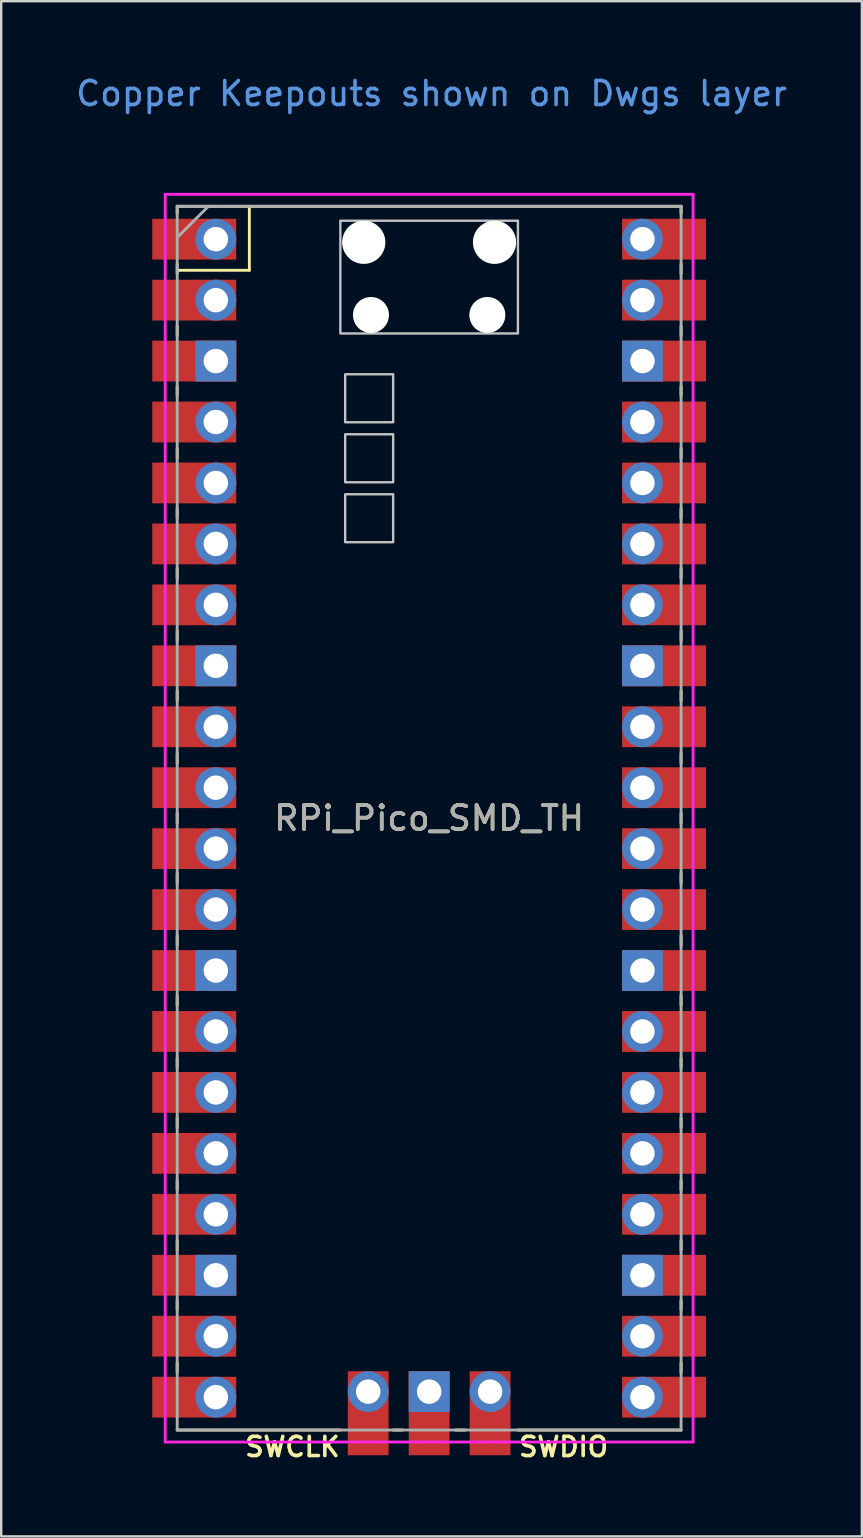
<source format=kicad_pcb>
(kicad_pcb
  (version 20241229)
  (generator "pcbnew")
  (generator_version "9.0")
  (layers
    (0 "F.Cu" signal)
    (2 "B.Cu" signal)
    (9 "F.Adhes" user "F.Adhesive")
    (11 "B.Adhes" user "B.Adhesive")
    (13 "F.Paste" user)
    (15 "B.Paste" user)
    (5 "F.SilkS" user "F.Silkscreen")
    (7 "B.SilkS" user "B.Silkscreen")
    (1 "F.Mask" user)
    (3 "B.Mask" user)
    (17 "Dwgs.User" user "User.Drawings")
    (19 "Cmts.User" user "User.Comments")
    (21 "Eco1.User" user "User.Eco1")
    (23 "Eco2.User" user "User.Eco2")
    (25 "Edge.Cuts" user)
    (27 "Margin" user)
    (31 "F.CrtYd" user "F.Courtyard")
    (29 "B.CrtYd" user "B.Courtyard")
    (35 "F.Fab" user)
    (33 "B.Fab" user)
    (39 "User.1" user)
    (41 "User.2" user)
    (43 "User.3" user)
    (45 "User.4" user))
  (footprint "RPi_Pico_SMD_TH"
    (layer "F.Cu")
    (at 14.835 31.048)
    (property "Reference" "RPi_Pico_SMD_TH" (at 0 0 0) (layer "F.SilkS") (effects (font (size 1 1) (thickness 0.15))))
    (attr through_hole)
    (fp_line (start -10.5 -25.5) (end -10.5 -25.2) (stroke (width 0.12) (type solid)) (layer "F.SilkS"))
    (fp_line (start -10.5 -25.5) (end 10.5 -25.5) (stroke (width 0.12) (type solid)) (layer "F.SilkS"))
    (fp_line (start -10.5 -23.1) (end -10.5 -22.7) (stroke (width 0.12) (type solid)) (layer "F.SilkS"))
    (fp_line (start -10.5 -22.833) (end -7.493 -22.833) (stroke (width 0.12) (type solid)) (layer "F.SilkS"))
    (fp_line (start -10.5 -20.5) (end -10.5 -20.1) (stroke (width 0.12) (type solid)) (layer "F.SilkS"))
    (fp_line (start -10.5 -18) (end -10.5 -17.6) (stroke (width 0.12) (type solid)) (layer "F.SilkS"))
    (fp_line (start -10.5 -15.4) (end -10.5 -15) (stroke (width 0.12) (type solid)) (layer "F.SilkS"))
    (fp_line (start -10.5 -12.9) (end -10.5 -12.5) (stroke (width 0.12) (type solid)) (layer "F.SilkS"))
    (fp_line (start -10.5 -10.4) (end -10.5 -10) (stroke (width 0.12) (type solid)) (layer "F.SilkS"))
    (fp_line (start -10.5 -7.8) (end -10.5 -7.4) (stroke (width 0.12) (type solid)) (layer "F.SilkS"))
    (fp_line (start -10.5 -5.3) (end -10.5 -4.9) (stroke (width 0.12) (type solid)) (layer "F.SilkS"))
    (fp_line (start -10.5 -2.7) (end -10.5 -2.3) (stroke (width 0.12) (type solid)) (layer "F.SilkS"))
    (fp_line (start -10.5 -0.2) (end -10.5 0.2) (stroke (width 0.12) (type solid)) (layer "F.SilkS"))
    (fp_line (start -10.5 2.3) (end -10.5 2.7) (stroke (width 0.12) (type solid)) (layer "F.SilkS"))
    (fp_line (start -10.5 4.9) (end -10.5 5.3) (stroke (width 0.12) (type solid)) (layer "F.SilkS"))
    (fp_line (start -10.5 7.4) (end -10.5 7.8) (stroke (width 0.12) (type solid)) (layer "F.SilkS"))
    (fp_line (start -10.5 10) (end -10.5 10.4) (stroke (width 0.12) (type solid)) (layer "F.SilkS"))
    (fp_line (start -10.5 12.5) (end -10.5 12.9) (stroke (width 0.12) (type solid)) (layer "F.SilkS"))
    (fp_line (start -10.5 15.1) (end -10.5 15.5) (stroke (width 0.12) (type solid)) (layer "F.SilkS"))
    (fp_line (start -10.5 17.6) (end -10.5 18) (stroke (width 0.12) (type solid)) (layer "F.SilkS"))
    (fp_line (start -10.5 20.1) (end -10.5 20.5) (stroke (width 0.12) (type solid)) (layer "F.SilkS"))
    (fp_line (start -10.5 22.7) (end -10.5 23.1) (stroke (width 0.12) (type solid)) (layer "F.SilkS"))
    (fp_line (start -7.493 -22.833) (end -7.493 -25.5) (stroke (width 0.12) (type solid)) (layer "F.SilkS"))
    (fp_line (start -3.7 25.5) (end -10.5 25.5) (stroke (width 0.12) (type solid)) (layer "F.SilkS"))
    (fp_line (start -1.5 25.5) (end -1.1 25.5) (stroke (width 0.12) (type solid)) (layer "F.SilkS"))
    (fp_line (start 1.1 25.5) (end 1.5 25.5) (stroke (width 0.12) (type solid)) (layer "F.SilkS"))
    (fp_line (start 10.5 -25.5) (end 10.5 -25.2) (stroke (width 0.12) (type solid)) (layer "F.SilkS"))
    (fp_line (start 10.5 -23.1) (end 10.5 -22.7) (stroke (width 0.12) (type solid)) (layer "F.SilkS"))
    (fp_line (start 10.5 -20.5) (end 10.5 -20.1) (stroke (width 0.12) (type solid)) (layer "F.SilkS"))
    (fp_line (start 10.5 -18) (end 10.5 -17.6) (stroke (width 0.12) (type solid)) (layer "F.SilkS"))
    (fp_line (start 10.5 -15.4) (end 10.5 -15) (stroke (width 0.12) (type solid)) (layer "F.SilkS"))
    (fp_line (start 10.5 -12.9) (end 10.5 -12.5) (stroke (width 0.12) (type solid)) (layer "F.SilkS"))
    (fp_line (start 10.5 -10.4) (end 10.5 -10) (stroke (width 0.12) (type solid)) (layer "F.SilkS"))
    (fp_line (start 10.5 -7.8) (end 10.5 -7.4) (stroke (width 0.12) (type solid)) (layer "F.SilkS"))
    (fp_line (start 10.5 -5.3) (end 10.5 -4.9) (stroke (width 0.12) (type solid)) (layer "F.SilkS"))
    (fp_line (start 10.5 -2.7) (end 10.5 -2.3) (stroke (width 0.12) (type solid)) (layer "F.SilkS"))
    (fp_line (start 10.5 -0.2) (end 10.5 0.2) (stroke (width 0.12) (type solid)) (layer "F.SilkS"))
    (fp_line (start 10.5 2.3) (end 10.5 2.7) (stroke (width 0.12) (type solid)) (layer "F.SilkS"))
    (fp_line (start 10.5 4.9) (end 10.5 5.3) (stroke (width 0.12) (type solid)) (layer "F.SilkS"))
    (fp_line (start 10.5 7.4) (end 10.5 7.8) (stroke (width 0.12) (type solid)) (layer "F.SilkS"))
    (fp_line (start 10.5 10) (end 10.5 10.4) (stroke (width 0.12) (type solid)) (layer "F.SilkS"))
    (fp_line (start 10.5 12.5) (end 10.5 12.9) (stroke (width 0.12) (type solid)) (layer "F.SilkS"))
    (fp_line (start 10.5 15.1) (end 10.5 15.5) (stroke (width 0.12) (type solid)) (layer "F.SilkS"))
    (fp_line (start 10.5 17.6) (end 10.5 18) (stroke (width 0.12) (type solid)) (layer "F.SilkS"))
    (fp_line (start 10.5 20.1) (end 10.5 20.5) (stroke (width 0.12) (type solid)) (layer "F.SilkS"))
    (fp_line (start 10.5 22.7) (end 10.5 23.1) (stroke (width 0.12) (type solid)) (layer "F.SilkS"))
    (fp_line (start 10.5 25.5) (end 3.7 25.5) (stroke (width 0.12) (type solid)) (layer "F.SilkS"))
    (fp_poly (pts (xy -1.5 -16.5) (xy -3.5 -16.5) (xy -3.5 -18.5) (xy -1.5 -18.5)) (stroke (width 0.1) (type solid)) (fill no) (layer "Dwgs.User"))
    (fp_poly (pts (xy -1.5 -14) (xy -3.5 -14) (xy -3.5 -16) (xy -1.5 -16)) (stroke (width 0.1) (type solid)) (fill no) (layer "Dwgs.User"))
    (fp_poly (pts (xy -1.5 -11.5) (xy -3.5 -11.5) (xy -3.5 -13.5) (xy -1.5 -13.5)) (stroke (width 0.1) (type solid)) (fill no) (layer "Dwgs.User"))
    (fp_poly (pts (xy 3.7 -20.2) (xy -3.7 -20.2) (xy -3.7 -24.9) (xy 3.7 -24.9)) (stroke (width 0.1) (type solid)) (fill no) (layer "Dwgs.User"))
    (fp_line (start -11 -26) (end 11 -26) (stroke (width 0.12) (type solid)) (layer "F.CrtYd"))
    (fp_line (start -11 26) (end -11 -26) (stroke (width 0.12) (type solid)) (layer "F.CrtYd"))
    (fp_line (start 11 -26) (end 11 26) (stroke (width 0.12) (type solid)) (layer "F.CrtYd"))
    (fp_line (start 11 26) (end -11 26) (stroke (width 0.12) (type solid)) (layer "F.CrtYd"))
    (fp_line (start -10.5 -25.5) (end 10.5 -25.5) (stroke (width 0.12) (type solid)) (layer "F.Fab"))
    (fp_line (start -10.5 -24.2) (end -9.2 -25.5) (stroke (width 0.12) (type solid)) (layer "F.Fab"))
    (fp_line (start -10.5 25.5) (end -10.5 -25.5) (stroke (width 0.12) (type solid)) (layer "F.Fab"))
    (fp_line (start 10.5 -25.5) (end 10.5 25.5) (stroke (width 0.12) (type solid)) (layer "F.Fab"))
    (fp_line (start 10.5 25.5) (end -10.5 25.5) (stroke (width 0.12) (type solid)) (layer "F.Fab"))
    (fp_text user "SWDIO" (at 5.6 26.2 0) (layer "F.SilkS") (effects (font (size 0.8 0.8) (thickness 0.15))))
    (fp_text user "SWCLK" (at -5.7 26.2 0) (layer "F.SilkS") (effects (font (size 0.8 0.8) (thickness 0.15))))
    (fp_text user "Copper Keepouts shown on Dwgs layer" (at 0.1 -30.2 0) (layer "Cmts.User") (effects (font (size 1 1) (thickness 0.15))))
    (fp_text user "${REFERENCE}" (at 0 0 180) (layer "F.Fab") (effects (font (size 1 1) (thickness 0.15))))
    (pad "" np_thru_hole oval (at -2.725 -24) (size 1.8 1.8) (drill 1.8) (layers "*.Cu" "*.Mask"))
    (pad "" np_thru_hole oval (at -2.425 -20.97) (size 1.5 1.5) (drill 1.5) (layers "*.Cu" "*.Mask"))
    (pad "" np_thru_hole oval (at 2.425 -20.97) (size 1.5 1.5) (drill 1.5) (layers "*.Cu" "*.Mask"))
    (pad "" np_thru_hole oval (at 2.725 -24) (size 1.8 1.8) (drill 1.8) (layers "*.Cu" "*.Mask"))
    (pad "1" thru_hole oval (at -8.89 -24.13) (size 1.7 1.7) (drill 1.02) (layers "*.Cu" "*.Mask"))
    (pad "1" smd rect (at -8.89 -24.13) (size 3.5 1.7) (drill (offset -0.9 0)) (layers "F.Cu" "F.Mask"))
    (pad "2" thru_hole oval (at -8.89 -21.59) (size 1.7 1.7) (drill 1.02) (layers "*.Cu" "*.Mask"))
    (pad "2" smd rect (at -8.89 -21.59) (size 3.5 1.7) (drill (offset -0.9 0)) (layers "F.Cu" "F.Mask"))
    (pad "3" thru_hole rect (at -8.89 -19.05) (size 1.7 1.7) (drill 1.02) (layers "*.Cu" "*.Mask"))
    (pad "3" smd rect (at -8.89 -19.05) (size 3.5 1.7) (drill (offset -0.9 0)) (layers "F.Cu" "F.Mask"))
    (pad "4" thru_hole oval (at -8.89 -16.51) (size 1.7 1.7) (drill 1.02) (layers "*.Cu" "*.Mask"))
    (pad "4" smd rect (at -8.89 -16.51) (size 3.5 1.7) (drill (offset -0.9 0)) (layers "F.Cu" "F.Mask"))
    (pad "5" thru_hole oval (at -8.89 -13.97) (size 1.7 1.7) (drill 1.02) (layers "*.Cu" "*.Mask"))
    (pad "5" smd rect (at -8.89 -13.97) (size 3.5 1.7) (drill (offset -0.9 0)) (layers "F.Cu" "F.Mask"))
    (pad "6" thru_hole oval (at -8.89 -11.43) (size 1.7 1.7) (drill 1.02) (layers "*.Cu" "*.Mask"))
    (pad "6" smd rect (at -8.89 -11.43) (size 3.5 1.7) (drill (offset -0.9 0)) (layers "F.Cu" "F.Mask"))
    (pad "7" thru_hole oval (at -8.89 -8.89) (size 1.7 1.7) (drill 1.02) (layers "*.Cu" "*.Mask"))
    (pad "7" smd rect (at -8.89 -8.89) (size 3.5 1.7) (drill (offset -0.9 0)) (layers "F.Cu" "F.Mask"))
    (pad "8" thru_hole rect (at -8.89 -6.35) (size 1.7 1.7) (drill 1.02) (layers "*.Cu" "*.Mask"))
    (pad "8" smd rect (at -8.89 -6.35) (size 3.5 1.7) (drill (offset -0.9 0)) (layers "F.Cu" "F.Mask"))
    (pad "9" thru_hole oval (at -8.89 -3.81) (size 1.7 1.7) (drill 1.02) (layers "*.Cu" "*.Mask"))
    (pad "9" smd rect (at -8.89 -3.81) (size 3.5 1.7) (drill (offset -0.9 0)) (layers "F.Cu" "F.Mask"))
    (pad "10" thru_hole oval (at -8.89 -1.27) (size 1.7 1.7) (drill 1.02) (layers "*.Cu" "*.Mask"))
    (pad "10" smd rect (at -8.89 -1.27) (size 3.5 1.7) (drill (offset -0.9 0)) (layers "F.Cu" "F.Mask"))
    (pad "11" thru_hole oval (at -8.89 1.27) (size 1.7 1.7) (drill 1.02) (layers "*.Cu" "*.Mask"))
    (pad "11" smd rect (at -8.89 1.27) (size 3.5 1.7) (drill (offset -0.9 0)) (layers "F.Cu" "F.Mask"))
    (pad "12" thru_hole oval (at -8.89 3.81) (size 1.7 1.7) (drill 1.02) (layers "*.Cu" "*.Mask"))
    (pad "12" smd rect (at -8.89 3.81) (size 3.5 1.7) (drill (offset -0.9 0)) (layers "F.Cu" "F.Mask"))
    (pad "13" thru_hole rect (at -8.89 6.35) (size 1.7 1.7) (drill 1.02) (layers "*.Cu" "*.Mask"))
    (pad "13" smd rect (at -8.89 6.35) (size 3.5 1.7) (drill (offset -0.9 0)) (layers "F.Cu" "F.Mask"))
    (pad "14" thru_hole oval (at -8.89 8.89) (size 1.7 1.7) (drill 1.02) (layers "*.Cu" "*.Mask"))
    (pad "14" smd rect (at -8.89 8.89) (size 3.5 1.7) (drill (offset -0.9 0)) (layers "F.Cu" "F.Mask"))
    (pad "15" thru_hole oval (at -8.89 11.43) (size 1.7 1.7) (drill 1.02) (layers "*.Cu" "*.Mask"))
    (pad "15" smd rect (at -8.89 11.43) (size 3.5 1.7) (drill (offset -0.9 0)) (layers "F.Cu" "F.Mask"))
    (pad "16" thru_hole oval (at -8.89 13.97) (size 1.7 1.7) (drill 1.02) (layers "*.Cu" "*.Mask"))
    (pad "16" smd rect (at -8.89 13.97) (size 3.5 1.7) (drill (offset -0.9 0)) (layers "F.Cu" "F.Mask"))
    (pad "17" thru_hole oval (at -8.89 16.51) (size 1.7 1.7) (drill 1.02) (layers "*.Cu" "*.Mask"))
    (pad "17" smd rect (at -8.89 16.51) (size 3.5 1.7) (drill (offset -0.9 0)) (layers "F.Cu" "F.Mask"))
    (pad "18" thru_hole rect (at -8.89 19.05) (size 1.7 1.7) (drill 1.02) (layers "*.Cu" "*.Mask"))
    (pad "18" smd rect (at -8.89 19.05) (size 3.5 1.7) (drill (offset -0.9 0)) (layers "F.Cu" "F.Mask"))
    (pad "19" thru_hole oval (at -8.89 21.59) (size 1.7 1.7) (drill 1.02) (layers "*.Cu" "*.Mask"))
    (pad "19" smd rect (at -8.89 21.59) (size 3.5 1.7) (drill (offset -0.9 0)) (layers "F.Cu" "F.Mask"))
    (pad "20" thru_hole oval (at -8.89 24.13) (size 1.7 1.7) (drill 1.02) (layers "*.Cu" "*.Mask"))
    (pad "20" smd rect (at -8.89 24.13) (size 3.5 1.7) (drill (offset -0.9 0)) (layers "F.Cu" "F.Mask"))
    (pad "21" thru_hole oval (at 8.89 24.13) (size 1.7 1.7) (drill 1.02) (layers "*.Cu" "*.Mask"))
    (pad "21" smd rect (at 8.89 24.13) (size 3.5 1.7) (drill (offset 0.9 0)) (layers "F.Cu" "F.Mask"))
    (pad "22" thru_hole oval (at 8.89 21.59) (size 1.7 1.7) (drill 1.02) (layers "*.Cu" "*.Mask"))
    (pad "22" smd rect (at 8.89 21.59) (size 3.5 1.7) (drill (offset 0.9 0)) (layers "F.Cu" "F.Mask"))
    (pad "23" thru_hole rect (at 8.89 19.05) (size 1.7 1.7) (drill 1.02) (layers "*.Cu" "*.Mask"))
    (pad "23" smd rect (at 8.89 19.05) (size 3.5 1.7) (drill (offset 0.9 0)) (layers "F.Cu" "F.Mask"))
    (pad "24" thru_hole oval (at 8.89 16.51) (size 1.7 1.7) (drill 1.02) (layers "*.Cu" "*.Mask"))
    (pad "24" smd rect (at 8.89 16.51) (size 3.5 1.7) (drill (offset 0.9 0)) (layers "F.Cu" "F.Mask"))
    (pad "25" thru_hole oval (at 8.89 13.97) (size 1.7 1.7) (drill 1.02) (layers "*.Cu" "*.Mask"))
    (pad "25" smd rect (at 8.89 13.97) (size 3.5 1.7) (drill (offset 0.9 0)) (layers "F.Cu" "F.Mask"))
    (pad "26" thru_hole oval (at 8.89 11.43) (size 1.7 1.7) (drill 1.02) (layers "*.Cu" "*.Mask"))
    (pad "26" smd rect (at 8.89 11.43) (size 3.5 1.7) (drill (offset 0.9 0)) (layers "F.Cu" "F.Mask"))
    (pad "27" thru_hole oval (at 8.89 8.89) (size 1.7 1.7) (drill 1.02) (layers "*.Cu" "*.Mask"))
    (pad "27" smd rect (at 8.89 8.89) (size 3.5 1.7) (drill (offset 0.9 0)) (layers "F.Cu" "F.Mask"))
    (pad "28" thru_hole rect (at 8.89 6.35) (size 1.7 1.7) (drill 1.02) (layers "*.Cu" "*.Mask"))
    (pad "28" smd rect (at 8.89 6.35) (size 3.5 1.7) (drill (offset 0.9 0)) (layers "F.Cu" "F.Mask"))
    (pad "29" thru_hole oval (at 8.89 3.81) (size 1.7 1.7) (drill 1.02) (layers "*.Cu" "*.Mask"))
    (pad "29" smd rect (at 8.89 3.81) (size 3.5 1.7) (drill (offset 0.9 0)) (layers "F.Cu" "F.Mask"))
    (pad "30" thru_hole oval (at 8.89 1.27) (size 1.7 1.7) (drill 1.02) (layers "*.Cu" "*.Mask"))
    (pad "30" smd rect (at 8.89 1.27) (size 3.5 1.7) (drill (offset 0.9 0)) (layers "F.Cu" "F.Mask"))
    (pad "31" thru_hole oval (at 8.89 -1.27) (size 1.7 1.7) (drill 1.02) (layers "*.Cu" "*.Mask"))
    (pad "31" smd rect (at 8.89 -1.27) (size 3.5 1.7) (drill (offset 0.9 0)) (layers "F.Cu" "F.Mask"))
    (pad "32" thru_hole oval (at 8.89 -3.81) (size 1.7 1.7) (drill 1.02) (layers "*.Cu" "*.Mask"))
    (pad "32" smd rect (at 8.89 -3.81) (size 3.5 1.7) (drill (offset 0.9 0)) (layers "F.Cu" "F.Mask"))
    (pad "33" thru_hole rect (at 8.89 -6.35) (size 1.7 1.7) (drill 1.02) (layers "*.Cu" "*.Mask"))
    (pad "33" smd rect (at 8.89 -6.35) (size 3.5 1.7) (drill (offset 0.9 0)) (layers "F.Cu" "F.Mask"))
    (pad "34" thru_hole oval (at 8.89 -8.89) (size 1.7 1.7) (drill 1.02) (layers "*.Cu" "*.Mask"))
    (pad "34" smd rect (at 8.89 -8.89) (size 3.5 1.7) (drill (offset 0.9 0)) (layers "F.Cu" "F.Mask"))
    (pad "35" thru_hole oval (at 8.89 -11.43) (size 1.7 1.7) (drill 1.02) (layers "*.Cu" "*.Mask"))
    (pad "35" smd rect (at 8.89 -11.43) (size 3.5 1.7) (drill (offset 0.9 0)) (layers "F.Cu" "F.Mask"))
    (pad "36" thru_hole oval (at 8.89 -13.97) (size 1.7 1.7) (drill 1.02) (layers "*.Cu" "*.Mask"))
    (pad "36" smd rect (at 8.89 -13.97) (size 3.5 1.7) (drill (offset 0.9 0)) (layers "F.Cu" "F.Mask"))
    (pad "37" thru_hole oval (at 8.89 -16.51) (size 1.7 1.7) (drill 1.02) (layers "*.Cu" "*.Mask"))
    (pad "37" smd rect (at 8.89 -16.51) (size 3.5 1.7) (drill (offset 0.9 0)) (layers "F.Cu" "F.Mask"))
    (pad "38" thru_hole rect (at 8.89 -19.05) (size 1.7 1.7) (drill 1.02) (layers "*.Cu" "*.Mask"))
    (pad "38" smd rect (at 8.89 -19.05) (size 3.5 1.7) (drill (offset 0.9 0)) (layers "F.Cu" "F.Mask"))
    (pad "39" thru_hole oval (at 8.89 -21.59) (size 1.7 1.7) (drill 1.02) (layers "*.Cu" "*.Mask"))
    (pad "39" smd rect (at 8.89 -21.59) (size 3.5 1.7) (drill (offset 0.9 0)) (layers "F.Cu" "F.Mask"))
    (pad "40" thru_hole oval (at 8.89 -24.13) (size 1.7 1.7) (drill 1.02) (layers "*.Cu" "*.Mask"))
    (pad "40" smd rect (at 8.89 -24.13) (size 3.5 1.7) (drill (offset 0.9 0)) (layers "F.Cu" "F.Mask"))
    (pad "41" thru_hole oval (at -2.54 23.9) (size 1.7 1.7) (drill 1.02) (layers "*.Cu" "*.Mask"))
    (pad "41" smd rect (at -2.54 23.9 90) (size 3.5 1.7) (drill (offset -0.9 0)) (layers "F.Cu" "F.Mask"))
    (pad "42" thru_hole rect (at 0 23.9) (size 1.7 1.7) (drill 1.02) (layers "*.Cu" "*.Mask"))
    (pad "42" smd rect (at 0 23.9 90) (size 3.5 1.7) (drill (offset -0.9 0)) (layers "F.Cu" "F.Mask"))
    (pad "43" thru_hole oval (at 2.54 23.9) (size 1.7 1.7) (drill 1.02) (layers "*.Cu" "*.Mask"))
    (pad "43" smd rect (at 2.54 23.9 90) (size 3.5 1.7) (drill (offset -0.9 0)) (layers "F.Cu" "F.Mask")))
  (gr_rect
    (start -3 -3)
    (end 32.869 60.98)
    (stroke (width 0.1) (type default))
    (fill no)
    (layer "Edge.Cuts")))
</source>
